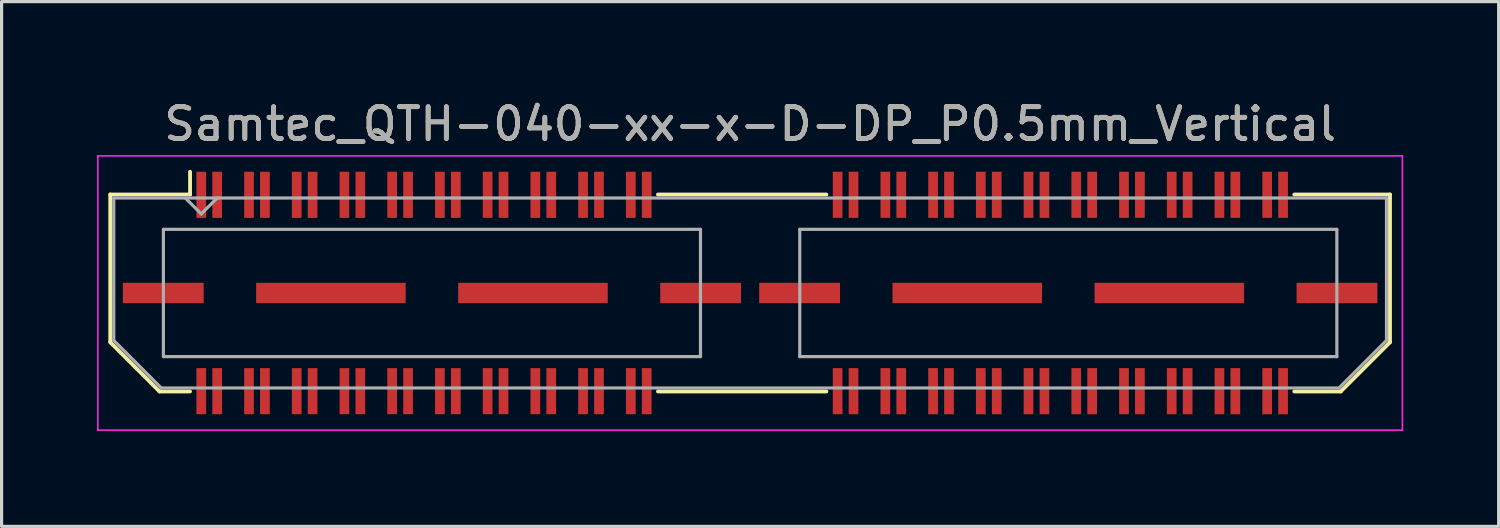
<source format=kicad_pcb>
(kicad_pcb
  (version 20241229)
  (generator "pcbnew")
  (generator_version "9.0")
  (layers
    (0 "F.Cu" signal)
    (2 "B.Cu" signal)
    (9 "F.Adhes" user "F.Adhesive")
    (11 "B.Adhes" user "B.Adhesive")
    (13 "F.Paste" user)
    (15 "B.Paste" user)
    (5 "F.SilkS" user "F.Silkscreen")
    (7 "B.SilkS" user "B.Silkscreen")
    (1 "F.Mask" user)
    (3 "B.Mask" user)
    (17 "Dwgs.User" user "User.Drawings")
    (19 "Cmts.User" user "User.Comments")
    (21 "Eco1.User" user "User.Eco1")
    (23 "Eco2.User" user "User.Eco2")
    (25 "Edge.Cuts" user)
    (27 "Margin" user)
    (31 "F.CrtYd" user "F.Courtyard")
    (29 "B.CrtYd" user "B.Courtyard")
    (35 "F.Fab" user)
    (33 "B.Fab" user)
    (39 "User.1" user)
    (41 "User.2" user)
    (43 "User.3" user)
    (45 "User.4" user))
  (footprint "Samtec_QTH-040-xx-x-D-DP_P0.5mm_Vertical"
    (layer "F.Cu")
    (at 20.525 6.158)
    (property "Reference" "Samtec_QTH-040-xx-x-D-DP_P0.5mm_Vertical" (at 0 -5.31 0) (layer "F.SilkS") (effects (font (size 1 1) (thickness 0.15))))
    (attr smd)
    (fp_line (start -20.11 -3.095) (end -20.11 1.548) (stroke (width 0.12) (type solid)) (layer "F.SilkS"))
    (fp_line (start -20.11 1.548) (end -18.562 3.095) (stroke (width 0.12) (type solid)) (layer "F.SilkS"))
    (fp_line (start -18.562 3.095) (end -17.602 3.095) (stroke (width 0.12) (type solid)) (layer "F.SilkS"))
    (fp_line (start -17.602 -3.811) (end -17.602 -3.095) (stroke (width 0.12) (type solid)) (layer "F.SilkS"))
    (fp_line (start -17.602 -3.095) (end -20.11 -3.095) (stroke (width 0.12) (type solid)) (layer "F.SilkS"))
    (fp_line (start -2.897 -3.095) (end 2.397 -3.095) (stroke (width 0.12) (type solid)) (layer "F.SilkS"))
    (fp_line (start -2.897 3.095) (end 2.397 3.095) (stroke (width 0.12) (type solid)) (layer "F.SilkS"))
    (fp_line (start 17.102 -3.095) (end 20.11 -3.095) (stroke (width 0.12) (type solid)) (layer "F.SilkS"))
    (fp_line (start 18.562 3.095) (end 17.102 3.095) (stroke (width 0.12) (type solid)) (layer "F.SilkS"))
    (fp_line (start 20.11 -3.095) (end 20.11 1.548) (stroke (width 0.12) (type solid)) (layer "F.SilkS"))
    (fp_line (start 20.11 1.548) (end 18.562 3.095) (stroke (width 0.12) (type solid)) (layer "F.SilkS"))
    (fp_line (start -20.5 -4.31) (end -20.5 4.31) (stroke (width 0.05) (type solid)) (layer "F.CrtYd"))
    (fp_line (start -20.5 4.31) (end 20.5 4.31) (stroke (width 0.05) (type solid)) (layer "F.CrtYd"))
    (fp_line (start 20.5 -4.31) (end -20.5 -4.31) (stroke (width 0.05) (type solid)) (layer "F.CrtYd"))
    (fp_line (start 20.5 4.31) (end 20.5 -4.31) (stroke (width 0.05) (type solid)) (layer "F.CrtYd"))
    (fp_line (start -20 -2.985) (end -20 1.492) (stroke (width 0.1) (type solid)) (layer "F.Fab"))
    (fp_line (start -20 -2.985) (end 20 -2.985) (stroke (width 0.1) (type solid)) (layer "F.Fab"))
    (fp_line (start -20 1.492) (end -18.508 2.985) (stroke (width 0.1) (type solid)) (layer "F.Fab"))
    (fp_line (start -18.508 2.985) (end 18.508 2.985) (stroke (width 0.1) (type solid)) (layer "F.Fab"))
    (fp_line (start -18.44 -2) (end -18.44 2) (stroke (width 0.1) (type solid)) (layer "F.Fab"))
    (fp_line (start -18.44 2) (end -1.56 2) (stroke (width 0.1) (type solid)) (layer "F.Fab"))
    (fp_line (start -17.25 -2.485) (end -17.75 -2.985) (stroke (width 0.1) (type solid)) (layer "F.Fab"))
    (fp_line (start -16.75 -2.985) (end -17.25 -2.485) (stroke (width 0.1) (type solid)) (layer "F.Fab"))
    (fp_line (start -1.56 -2) (end -18.44 -2) (stroke (width 0.1) (type solid)) (layer "F.Fab"))
    (fp_line (start -1.56 2) (end -1.56 -2) (stroke (width 0.1) (type solid)) (layer "F.Fab"))
    (fp_line (start 1.56 -2) (end 1.56 2) (stroke (width 0.1) (type solid)) (layer "F.Fab"))
    (fp_line (start 1.56 2) (end 18.44 2) (stroke (width 0.1) (type solid)) (layer "F.Fab"))
    (fp_line (start 18.44 -2) (end 1.56 -2) (stroke (width 0.1) (type solid)) (layer "F.Fab"))
    (fp_line (start 18.44 2) (end 18.44 -2) (stroke (width 0.1) (type solid)) (layer "F.Fab"))
    (fp_line (start 20 -2.985) (end 20 1.492) (stroke (width 0.1) (type solid)) (layer "F.Fab"))
    (fp_line (start 20 1.492) (end 18.508 2.985) (stroke (width 0.1) (type solid)) (layer "F.Fab"))
    (fp_text user "${REFERENCE}" (at 0 -5.31 0) (layer "F.Fab") (effects (font (size 1 1) (thickness 0.15))))
    (pad "1" smd rect (at -17.25 -3.086) (size 0.305 1.45) (layers "F.Cu" "F.Mask" "F.Paste"))
    (pad "2" smd rect (at -17.25 3.086) (size 0.305 1.45) (layers "F.Cu" "F.Mask" "F.Paste"))
    (pad "3" smd rect (at -16.75 -3.086) (size 0.305 1.45) (layers "F.Cu" "F.Mask" "F.Paste"))
    (pad "4" smd rect (at -16.75 3.086) (size 0.305 1.45) (layers "F.Cu" "F.Mask" "F.Paste"))
    (pad "5" smd rect (at -15.75 -3.086) (size 0.305 1.45) (layers "F.Cu" "F.Mask" "F.Paste"))
    (pad "6" smd rect (at -15.75 3.086) (size 0.305 1.45) (layers "F.Cu" "F.Mask" "F.Paste"))
    (pad "7" smd rect (at -15.25 -3.086) (size 0.305 1.45) (layers "F.Cu" "F.Mask" "F.Paste"))
    (pad "8" smd rect (at -15.25 3.086) (size 0.305 1.45) (layers "F.Cu" "F.Mask" "F.Paste"))
    (pad "9" smd rect (at -14.25 -3.086) (size 0.305 1.45) (layers "F.Cu" "F.Mask" "F.Paste"))
    (pad "10" smd rect (at -14.25 3.086) (size 0.305 1.45) (layers "F.Cu" "F.Mask" "F.Paste"))
    (pad "11" smd rect (at -13.75 -3.086) (size 0.305 1.45) (layers "F.Cu" "F.Mask" "F.Paste"))
    (pad "12" smd rect (at -13.75 3.086) (size 0.305 1.45) (layers "F.Cu" "F.Mask" "F.Paste"))
    (pad "13" smd rect (at -12.75 -3.086) (size 0.305 1.45) (layers "F.Cu" "F.Mask" "F.Paste"))
    (pad "14" smd rect (at -12.75 3.086) (size 0.305 1.45) (layers "F.Cu" "F.Mask" "F.Paste"))
    (pad "15" smd rect (at -12.25 -3.086) (size 0.305 1.45) (layers "F.Cu" "F.Mask" "F.Paste"))
    (pad "16" smd rect (at -12.25 3.086) (size 0.305 1.45) (layers "F.Cu" "F.Mask" "F.Paste"))
    (pad "17" smd rect (at -11.25 -3.086) (size 0.305 1.45) (layers "F.Cu" "F.Mask" "F.Paste"))
    (pad "18" smd rect (at -11.25 3.086) (size 0.305 1.45) (layers "F.Cu" "F.Mask" "F.Paste"))
    (pad "19" smd rect (at -10.75 -3.086) (size 0.305 1.45) (layers "F.Cu" "F.Mask" "F.Paste"))
    (pad "20" smd rect (at -10.75 3.086) (size 0.305 1.45) (layers "F.Cu" "F.Mask" "F.Paste"))
    (pad "21" smd rect (at -9.75 -3.086) (size 0.305 1.45) (layers "F.Cu" "F.Mask" "F.Paste"))
    (pad "22" smd rect (at -9.75 3.086) (size 0.305 1.45) (layers "F.Cu" "F.Mask" "F.Paste"))
    (pad "23" smd rect (at -9.25 -3.086) (size 0.305 1.45) (layers "F.Cu" "F.Mask" "F.Paste"))
    (pad "24" smd rect (at -9.25 3.086) (size 0.305 1.45) (layers "F.Cu" "F.Mask" "F.Paste"))
    (pad "25" smd rect (at -8.25 -3.086) (size 0.305 1.45) (layers "F.Cu" "F.Mask" "F.Paste"))
    (pad "26" smd rect (at -8.25 3.086) (size 0.305 1.45) (layers "F.Cu" "F.Mask" "F.Paste"))
    (pad "27" smd rect (at -7.75 -3.086) (size 0.305 1.45) (layers "F.Cu" "F.Mask" "F.Paste"))
    (pad "28" smd rect (at -7.75 3.086) (size 0.305 1.45) (layers "F.Cu" "F.Mask" "F.Paste"))
    (pad "29" smd rect (at -6.75 -3.086) (size 0.305 1.45) (layers "F.Cu" "F.Mask" "F.Paste"))
    (pad "30" smd rect (at -6.75 3.086) (size 0.305 1.45) (layers "F.Cu" "F.Mask" "F.Paste"))
    (pad "31" smd rect (at -6.25 -3.086) (size 0.305 1.45) (layers "F.Cu" "F.Mask" "F.Paste"))
    (pad "32" smd rect (at -6.25 3.086) (size 0.305 1.45) (layers "F.Cu" "F.Mask" "F.Paste"))
    (pad "33" smd rect (at -5.25 -3.086) (size 0.305 1.45) (layers "F.Cu" "F.Mask" "F.Paste"))
    (pad "34" smd rect (at -5.25 3.086) (size 0.305 1.45) (layers "F.Cu" "F.Mask" "F.Paste"))
    (pad "35" smd rect (at -4.75 -3.086) (size 0.305 1.45) (layers "F.Cu" "F.Mask" "F.Paste"))
    (pad "36" smd rect (at -4.75 3.086) (size 0.305 1.45) (layers "F.Cu" "F.Mask" "F.Paste"))
    (pad "37" smd rect (at -3.75 -3.086) (size 0.305 1.45) (layers "F.Cu" "F.Mask" "F.Paste"))
    (pad "38" smd rect (at -3.75 3.086) (size 0.305 1.45) (layers "F.Cu" "F.Mask" "F.Paste"))
    (pad "39" smd rect (at -3.25 -3.086) (size 0.305 1.45) (layers "F.Cu" "F.Mask" "F.Paste"))
    (pad "40" smd rect (at -3.25 3.086) (size 0.305 1.45) (layers "F.Cu" "F.Mask" "F.Paste"))
    (pad "41" smd rect (at 2.75 -3.086) (size 0.305 1.45) (layers "F.Cu" "F.Mask" "F.Paste"))
    (pad "42" smd rect (at 2.75 3.086) (size 0.305 1.45) (layers "F.Cu" "F.Mask" "F.Paste"))
    (pad "43" smd rect (at 3.25 -3.086) (size 0.305 1.45) (layers "F.Cu" "F.Mask" "F.Paste"))
    (pad "44" smd rect (at 3.25 3.086) (size 0.305 1.45) (layers "F.Cu" "F.Mask" "F.Paste"))
    (pad "45" smd rect (at 4.25 -3.086) (size 0.305 1.45) (layers "F.Cu" "F.Mask" "F.Paste"))
    (pad "46" smd rect (at 4.25 3.086) (size 0.305 1.45) (layers "F.Cu" "F.Mask" "F.Paste"))
    (pad "47" smd rect (at 4.75 -3.086) (size 0.305 1.45) (layers "F.Cu" "F.Mask" "F.Paste"))
    (pad "48" smd rect (at 4.75 3.086) (size 0.305 1.45) (layers "F.Cu" "F.Mask" "F.Paste"))
    (pad "49" smd rect (at 5.75 -3.086) (size 0.305 1.45) (layers "F.Cu" "F.Mask" "F.Paste"))
    (pad "50" smd rect (at 5.75 3.086) (size 0.305 1.45) (layers "F.Cu" "F.Mask" "F.Paste"))
    (pad "51" smd rect (at 6.25 -3.086) (size 0.305 1.45) (layers "F.Cu" "F.Mask" "F.Paste"))
    (pad "52" smd rect (at 6.25 3.086) (size 0.305 1.45) (layers "F.Cu" "F.Mask" "F.Paste"))
    (pad "53" smd rect (at 7.25 -3.086) (size 0.305 1.45) (layers "F.Cu" "F.Mask" "F.Paste"))
    (pad "54" smd rect (at 7.25 3.086) (size 0.305 1.45) (layers "F.Cu" "F.Mask" "F.Paste"))
    (pad "55" smd rect (at 7.75 -3.086) (size 0.305 1.45) (layers "F.Cu" "F.Mask" "F.Paste"))
    (pad "56" smd rect (at 7.75 3.086) (size 0.305 1.45) (layers "F.Cu" "F.Mask" "F.Paste"))
    (pad "57" smd rect (at 8.75 -3.086) (size 0.305 1.45) (layers "F.Cu" "F.Mask" "F.Paste"))
    (pad "58" smd rect (at 8.75 3.086) (size 0.305 1.45) (layers "F.Cu" "F.Mask" "F.Paste"))
    (pad "59" smd rect (at 9.25 -3.086) (size 0.305 1.45) (layers "F.Cu" "F.Mask" "F.Paste"))
    (pad "60" smd rect (at 9.25 3.086) (size 0.305 1.45) (layers "F.Cu" "F.Mask" "F.Paste"))
    (pad "61" smd rect (at 10.25 -3.086) (size 0.305 1.45) (layers "F.Cu" "F.Mask" "F.Paste"))
    (pad "62" smd rect (at 10.25 3.086) (size 0.305 1.45) (layers "F.Cu" "F.Mask" "F.Paste"))
    (pad "63" smd rect (at 10.75 -3.086) (size 0.305 1.45) (layers "F.Cu" "F.Mask" "F.Paste"))
    (pad "64" smd rect (at 10.75 3.086) (size 0.305 1.45) (layers "F.Cu" "F.Mask" "F.Paste"))
    (pad "65" smd rect (at 11.75 -3.086) (size 0.305 1.45) (layers "F.Cu" "F.Mask" "F.Paste"))
    (pad "66" smd rect (at 11.75 3.086) (size 0.305 1.45) (layers "F.Cu" "F.Mask" "F.Paste"))
    (pad "67" smd rect (at 12.25 -3.086) (size 0.305 1.45) (layers "F.Cu" "F.Mask" "F.Paste"))
    (pad "68" smd rect (at 12.25 3.086) (size 0.305 1.45) (layers "F.Cu" "F.Mask" "F.Paste"))
    (pad "69" smd rect (at 13.25 -3.086) (size 0.305 1.45) (layers "F.Cu" "F.Mask" "F.Paste"))
    (pad "70" smd rect (at 13.25 3.086) (size 0.305 1.45) (layers "F.Cu" "F.Mask" "F.Paste"))
    (pad "71" smd rect (at 13.75 -3.086) (size 0.305 1.45) (layers "F.Cu" "F.Mask" "F.Paste"))
    (pad "72" smd rect (at 13.75 3.086) (size 0.305 1.45) (layers "F.Cu" "F.Mask" "F.Paste"))
    (pad "73" smd rect (at 14.75 -3.086) (size 0.305 1.45) (layers "F.Cu" "F.Mask" "F.Paste"))
    (pad "74" smd rect (at 14.75 3.086) (size 0.305 1.45) (layers "F.Cu" "F.Mask" "F.Paste"))
    (pad "75" smd rect (at 15.25 -3.086) (size 0.305 1.45) (layers "F.Cu" "F.Mask" "F.Paste"))
    (pad "76" smd rect (at 15.25 3.086) (size 0.305 1.45) (layers "F.Cu" "F.Mask" "F.Paste"))
    (pad "77" smd rect (at 16.25 -3.086) (size 0.305 1.45) (layers "F.Cu" "F.Mask" "F.Paste"))
    (pad "78" smd rect (at 16.25 3.086) (size 0.305 1.45) (layers "F.Cu" "F.Mask" "F.Paste"))
    (pad "79" smd rect (at 16.75 -3.086) (size 0.305 1.45) (layers "F.Cu" "F.Mask" "F.Paste"))
    (pad "80" smd rect (at 16.75 3.086) (size 0.305 1.45) (layers "F.Cu" "F.Mask" "F.Paste"))
    (pad "P1" smd rect (at -18.445 0) (size 2.54 0.64) (layers "F.Cu" "F.Mask" "F.Paste"))
    (pad "P1" smd rect (at -13.175 0) (size 4.7 0.64) (layers "F.Cu" "F.Mask" "F.Paste"))
    (pad "P1" smd rect (at -6.825 0) (size 4.7 0.64) (layers "F.Cu" "F.Mask" "F.Paste"))
    (pad "P1" smd rect (at -1.555 0) (size 2.54 0.64) (layers "F.Cu" "F.Mask" "F.Paste"))
    (pad "P2" smd rect (at 1.555 0) (size 2.54 0.64) (layers "F.Cu" "F.Mask" "F.Paste"))
    (pad "P2" smd rect (at 6.825 0) (size 4.7 0.64) (layers "F.Cu" "F.Mask" "F.Paste"))
    (pad "P2" smd rect (at 13.175 0) (size 4.7 0.64) (layers "F.Cu" "F.Mask" "F.Paste"))
    (pad "P2" smd rect (at 18.445 0) (size 2.54 0.64) (layers "F.Cu" "F.Mask" "F.Paste")))
  (gr_rect
    (start -3 -3)
    (end 44.05 13.493)
    (stroke (width 0.1) (type default))
    (fill no)
    (layer "Edge.Cuts")))
</source>
